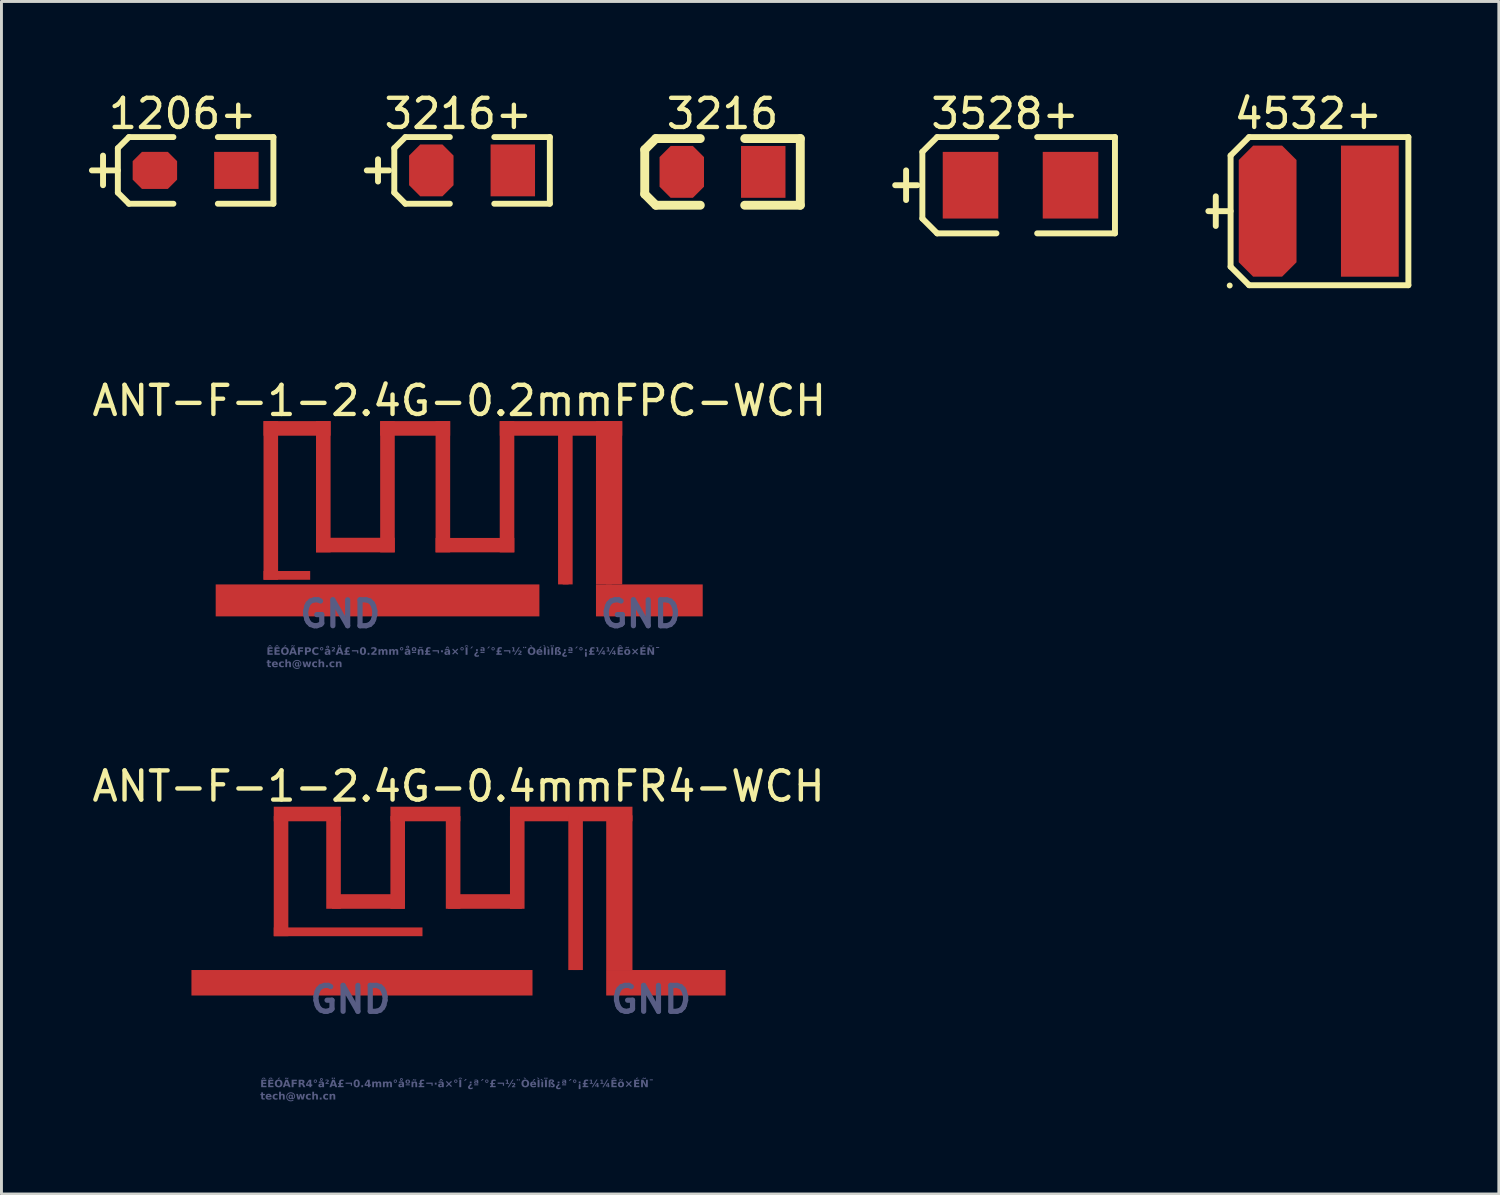
<source format=kicad_pcb>
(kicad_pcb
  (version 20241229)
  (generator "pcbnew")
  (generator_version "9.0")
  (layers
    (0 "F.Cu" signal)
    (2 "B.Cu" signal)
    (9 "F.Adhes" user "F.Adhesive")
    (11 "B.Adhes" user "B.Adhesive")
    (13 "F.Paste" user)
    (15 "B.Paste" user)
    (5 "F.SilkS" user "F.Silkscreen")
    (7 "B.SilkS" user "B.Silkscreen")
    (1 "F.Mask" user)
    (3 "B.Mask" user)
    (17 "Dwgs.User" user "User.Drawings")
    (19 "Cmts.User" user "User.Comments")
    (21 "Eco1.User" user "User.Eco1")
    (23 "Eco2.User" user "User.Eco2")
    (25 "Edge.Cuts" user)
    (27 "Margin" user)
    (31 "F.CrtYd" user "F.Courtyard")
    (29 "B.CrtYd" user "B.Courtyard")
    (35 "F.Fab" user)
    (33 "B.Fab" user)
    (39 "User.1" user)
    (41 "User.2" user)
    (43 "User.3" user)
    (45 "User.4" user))
  (footprint "ANT-F-1-2.4G-0.2mmFPC-WCH"
    (layer "F.Cu")
    (at 16.346 16.686)
    (property "Reference" "ANT-F-1-2.4G-0.2mmFPC-WCH" (at -3.65 -5.996 0) (layer "F.SilkS") (effects (font (size 1 1) (thickness 0.15))))
    (fp_text user "GND" (at 1.106 1.838 0) (unlocked yes) (layer "B.Fab") (effects (font (size 0.889 0.889) (thickness 0.178)) (justify left bottom)))
    (fp_text user "GND" (at -9.2 1.838 0) (unlocked yes) (layer "B.Fab") (effects (font (size 0.889 0.889) (thickness 0.178)) (justify left bottom)))
    (fp_text_box "ÊÊÓÃFPC°å²Ä£¬0.2mm°åºñ£¬·â×°Î´¿ª´°£¬½¨ÒéÌìÏß¿ª´°¡£¼¼Êõ×ÉÑ¯ tech@wch.cn" (start -10.335 2.388) (end 3.206 3.328) (margins 0.127 0.127 0.127 0.127) (layer "B.Fab") (effects (font (face "Arial") (size 0.252 0.252) (thickness 0.152) (bold yes)) (justify left top)) (border no) (stroke (width 0.1) (type default)))
    (pad "" smd rect (at -6.45 0.852) (size 11.1 1.096) (layers "F.Cu"))
    (pad "0" smd rect (at 1.483 0.204 90) (size 0.2 0.2) (layers "F.Cu" "F.Paste"))
    (pad "0" smd rect (at 1.49 -2.496) (size 0.9 5.6) (layers "F.Cu"))
    (pad "0" smd rect (at 2.87 0.852) (size 3.66 1.096) (layers "F.Cu"))
    (pad "1" smd rect (at -10.11 -2.576) (size 0.5 5.44) (layers "F.Cu"))
    (pad "1" smd rect (at -9.56 -0.006) (size 1.6 0.3) (layers "F.Cu"))
    (pad "1" smd rect (at -9.21 -5.046) (size 2.3 0.5) (layers "F.Cu"))
    (pad "1" smd rect (at -8.31 -3.046) (size 0.5 4.5) (layers "F.Cu"))
    (pad "1" smd rect (at -7.21 -1.046) (size 2.7 0.5) (layers "F.Cu"))
    (pad "1" smd rect (at -6.11 -3.046) (size 0.5 4.5) (layers "F.Cu"))
    (pad "1" smd rect (at -5.16 -5.046) (size 2.4 0.5) (layers "F.Cu"))
    (pad "1" smd rect (at -4.21 -3.046) (size 0.5 4.5) (layers "F.Cu"))
    (pad "1" smd rect (at -3.11 -1.043) (size 2.7 0.494) (layers "F.Cu"))
    (pad "1" smd rect (at -2.01 -3.046) (size 0.5 4.5) (layers "F.Cu"))
    (pad "1" smd rect (at -0.16 -5.046) (size 4.2 0.5) (layers "F.Cu"))
    (pad "1" smd rect (at -0.01 -2.362) (size 0.5 5.331) (layers "F.Cu"))
    (pad "1" smd rect (at 0 0.204 90) (size 0.2 0.2) (layers "F.Cu" "F.Paste")))
  (footprint "3528+"
    (layer "F.Cu")
    (at 30.229 3.301)
    (property "Reference" "3528+" (at 1.185 -2.453 0) (layer "F.SilkS") (effects (font (size 1 1) (thickness 0.15))))
    (fp_line (start -2.583 0) (end -1.821 0) (stroke (width 0.203) (type solid)) (layer "F.SilkS"))
    (fp_line (start -2.209 0.508) (end -2.209 -0.508) (stroke (width 0.203) (type solid)) (layer "F.SilkS"))
    (fp_line (start -1.651 -1.143) (end -1.143 -1.651) (stroke (width 0.203) (type solid)) (layer "F.SilkS"))
    (fp_line (start -1.651 1.143) (end -1.651 -1.143) (stroke (width 0.203) (type solid)) (layer "F.SilkS"))
    (fp_line (start -1.651 1.143) (end -1.143 1.651) (stroke (width 0.203) (type solid)) (layer "F.SilkS"))
    (fp_line (start -1.143 -1.651) (end 0.889 -1.651) (stroke (width 0.203) (type solid)) (layer "F.SilkS"))
    (fp_line (start -1.143 1.651) (end 0.889 1.651) (stroke (width 0.203) (type solid)) (layer "F.SilkS"))
    (fp_line (start 2.286 -1.651) (end 4.953 -1.651) (stroke (width 0.203) (type solid)) (layer "F.SilkS"))
    (fp_line (start 2.286 1.651) (end 4.953 1.651) (stroke (width 0.203) (type solid)) (layer "F.SilkS"))
    (fp_line (start 4.953 1.651) (end 4.953 -1.651) (stroke (width 0.203) (type solid)) (layer "F.SilkS"))
    (pad "1" smd rect (at 0 0 180) (size 1.905 2.286) (layers "F.Cu" "F.Mask" "F.Paste"))
    (pad "2" smd rect (at 3.429 0 180) (size 1.905 2.286) (layers "F.Cu" "F.Mask" "F.Paste")))
  (footprint "3216"
    (layer "F.Cu")
    (at 20.328 2.844)
    (property "Reference" "3216" (at 1.397 -1.995 0) (layer "F.SilkS") (effects (font (size 1 1) (thickness 0.15))))
    (fp_line (start -1.27 -0.762) (end -0.889 -1.143) (stroke (width 0.305) (type solid)) (layer "F.SilkS"))
    (fp_line (start -1.27 0.762) (end -1.27 -0.762) (stroke (width 0.305) (type solid)) (layer "F.SilkS"))
    (fp_line (start -1.27 0.762) (end -0.889 1.143) (stroke (width 0.305) (type solid)) (layer "F.SilkS"))
    (fp_line (start -0.889 -1.143) (end 0.635 -1.143) (stroke (width 0.305) (type solid)) (layer "F.SilkS"))
    (fp_line (start -0.889 1.143) (end 0.635 1.143) (stroke (width 0.305) (type solid)) (layer "F.SilkS"))
    (fp_line (start 2.159 -1.143) (end 4.064 -1.143) (stroke (width 0.305) (type solid)) (layer "F.SilkS"))
    (fp_line (start 2.159 1.143) (end 4.064 1.143) (stroke (width 0.305) (type solid)) (layer "F.SilkS"))
    (fp_line (start 4.064 1.143) (end 4.064 -1.143) (stroke (width 0.305) (type solid)) (layer "F.SilkS"))
    (pad "1" smd roundrect (at 0 0 180) (size 1.524 1.778) (layers "F.Cu" "F.Mask" "F.Paste") (roundrect_rratio 0.25) (chamfer_ratio 0.25) (chamfer top_left top_right bottom_left bottom_right))
    (pad "2" smd rect (at 2.794 0 180) (size 1.524 1.778) (layers "F.Cu" "F.Mask" "F.Paste")))
  (footprint "3216+"
    (layer "F.Cu")
    (at 11.74 2.793)
    (property "Reference" "3216+" (at 0.926 -1.945 0) (layer "F.SilkS") (effects (font (size 1 1) (thickness 0.15))))
    (fp_line (start -2.212 0) (end -1.45 0) (stroke (width 0.203) (type solid)) (layer "F.SilkS"))
    (fp_line (start -1.828 0.381) (end -1.828 -0.381) (stroke (width 0.203) (type solid)) (layer "F.SilkS"))
    (fp_line (start -1.27 -0.762) (end -0.889 -1.143) (stroke (width 0.203) (type solid)) (layer "F.SilkS"))
    (fp_line (start -1.27 0.762) (end -1.27 -0.762) (stroke (width 0.203) (type solid)) (layer "F.SilkS"))
    (fp_line (start -1.27 0.762) (end -0.889 1.143) (stroke (width 0.203) (type solid)) (layer "F.SilkS"))
    (fp_line (start -0.889 -1.143) (end 0.635 -1.143) (stroke (width 0.203) (type solid)) (layer "F.SilkS"))
    (fp_line (start -0.889 1.143) (end 0.635 1.143) (stroke (width 0.203) (type solid)) (layer "F.SilkS"))
    (fp_line (start 2.159 -1.143) (end 4.064 -1.143) (stroke (width 0.203) (type solid)) (layer "F.SilkS"))
    (fp_line (start 2.159 1.143) (end 4.064 1.143) (stroke (width 0.203) (type solid)) (layer "F.SilkS"))
    (fp_line (start 4.064 1.143) (end 4.064 -1.143) (stroke (width 0.203) (type solid)) (layer "F.SilkS"))
    (pad "1" smd roundrect (at 0 0 180) (size 1.524 1.778) (layers "F.Cu" "F.Mask" "F.Paste") (roundrect_rratio 0.25) (chamfer_ratio 0.25) (chamfer top_left top_right bottom_left bottom_right))
    (pad "2" smd rect (at 2.794 0 180) (size 1.524 1.778) (layers "F.Cu" "F.Mask" "F.Paste")))
  (footprint "4532+"
    (layer "F.Cu")
    (at 40.417 4.19)
    (property "Reference" "4532+" (at 1.397 -3.342 0) (layer "F.SilkS") (effects (font (size 1 1) (thickness 0.15))))
    (fp_line (start -2.032 0) (end -1.27 0) (stroke (width 0.203) (type solid)) (layer "F.SilkS"))
    (fp_line (start -1.778 0.508) (end -1.778 -0.508) (stroke (width 0.203) (type solid)) (layer "F.SilkS"))
    (fp_line (start -1.3 2.55) (end -1.3 2.55) (stroke (width 0.203) (type solid)) (layer "F.SilkS"))
    (fp_line (start -1.27 -1.905) (end -0.635 -2.54) (stroke (width 0.203) (type solid)) (layer "F.SilkS"))
    (fp_line (start -1.27 1.905) (end -1.27 -1.905) (stroke (width 0.203) (type solid)) (layer "F.SilkS"))
    (fp_line (start -1.27 1.905) (end -0.635 2.54) (stroke (width 0.203) (type solid)) (layer "F.SilkS"))
    (fp_line (start -0.635 -2.54) (end 4.826 -2.54) (stroke (width 0.203) (type solid)) (layer "F.SilkS"))
    (fp_line (start -0.635 2.54) (end 4.826 2.54) (stroke (width 0.203) (type solid)) (layer "F.SilkS"))
    (fp_line (start 4.826 2.54) (end 4.826 -2.54) (stroke (width 0.203) (type solid)) (layer "F.SilkS"))
    (pad "1" smd roundrect (at 0 0 180) (size 1.981 4.496) (layers "F.Cu" "F.Mask" "F.Paste") (roundrect_rratio 0.25) (chamfer_ratio 0.25) (chamfer top_left top_right bottom_left bottom_right))
    (pad "2" smd rect (at 3.505 0 180) (size 1.981 4.496) (layers "F.Cu" "F.Mask" "F.Paste")))
  (footprint "ANT-F-1-2.4G-0.4mmFR4-WCH"
    (layer "F.Cu")
    (at 16.697 30.112)
    (property "Reference" "ANT-F-1-2.4G-0.4mmFR4-WCH" (at -4.024 -6.2 0) (layer "F.SilkS") (effects (font (size 1 1) (thickness 0.15))))
    (fp_text user "GND" (at -9.2 1.634 0) (unlocked yes) (layer "B.Fab") (effects (font (size 0.889 0.889) (thickness 0.178)) (justify left bottom)))
    (fp_text user "GND" (at 1.106 1.634 0) (unlocked yes) (layer "B.Fab") (effects (font (size 0.889 0.889) (thickness 0.178)) (justify left bottom)))
    (fp_text_box "ÊÊÓÃFR4°å²Ä£¬0.4mm°åºñ£¬·â×°Î´¿ª´°£¬½¨ÒéÌìÏß¿ª´°¡£¼¼Êõ×ÉÑ¯ tech@wch.cn" (start -10.901 3.789) (end 2.64 4.729) (margins 0.127 0.127 0.127 0.127) (layer "B.Fab") (effects (font (face "Arial") (size 0.252 0.252) (thickness 0.152) (bold yes)) (justify left top)) (border no) (stroke (width 0.1) (type default)))
    (pad "" smd rect (at -7.335 0.537) (size 11.695 0.874) (layers "F.Cu"))
    (pad "0" smd rect (at -10.11 -3.12) (size 0.5 4.12) (layers "F.Cu"))
    (pad "0" smd rect (at -9.21 -5.25) (size 2.3 0.5) (layers "F.Cu"))
    (pad "0" smd rect (at -8.31 -3.59) (size 0.5 3.18) (layers "F.Cu"))
    (pad "0" smd rect (at -7.81 -1.21) (size 5.1 0.3) (layers "F.Cu"))
    (pad "0" smd rect (at -7.119 -2.25) (size 2.489 0.5) (layers "F.Cu"))
    (pad "0" smd rect (at -6.11 -3.59) (size 0.5 3.18) (layers "F.Cu"))
    (pad "0" smd rect (at -5.16 -5.25) (size 2.4 0.5) (layers "F.Cu"))
    (pad "0" smd rect (at -4.21 -3.59) (size 0.5 3.18) (layers "F.Cu"))
    (pad "0" smd rect (at -3.12 -2.25) (size 2.54 0.5) (layers "F.Cu"))
    (pad "0" smd rect (at -2.01 -3.59) (size 0.5 3.18) (layers "F.Cu"))
    (pad "0" smd rect (at -0.16 -5.25) (size 4.2 0.5) (layers "F.Cu"))
    (pad "0" smd rect (at 1.483 0 90) (size 0.2 0.2) (layers "F.Cu" "F.Paste"))
    (pad "0" smd rect (at 1.49 -2.553) (size 0.9 5.305) (layers "F.Cu"))
    (pad "0" smd rect (at 3.087 0.537) (size 4.095 0.874) (layers "F.Cu"))
    (pad "1" smd rect (at -0.01 -2.565) (size 0.5 5.331) (layers "F.Cu"))
    (pad "1" smd rect (at 0 0 90) (size 0.2 0.2) (layers "F.Cu" "F.Paste")))
  (footprint "1206+"
    (layer "F.Cu")
    (at 2.261 2.793)
    (property "Reference" "1206+" (at 0.953 -1.945 0) (layer "F.SilkS") (effects (font (size 1 1) (thickness 0.15))))
    (fp_line (start -2.159 0) (end -1.27 0) (stroke (width 0.203) (type solid)) (layer "F.SilkS"))
    (fp_line (start -1.778 0.508) (end -1.778 -0.508) (stroke (width 0.203) (type solid)) (layer "F.SilkS"))
    (fp_line (start -1.27 -0.762) (end -0.889 -1.143) (stroke (width 0.203) (type solid)) (layer "F.SilkS"))
    (fp_line (start -1.27 0.762) (end -1.27 -0.762) (stroke (width 0.203) (type solid)) (layer "F.SilkS"))
    (fp_line (start -1.27 0.762) (end -0.889 1.143) (stroke (width 0.203) (type solid)) (layer "F.SilkS"))
    (fp_line (start -0.889 -1.143) (end 0.635 -1.143) (stroke (width 0.203) (type solid)) (layer "F.SilkS"))
    (fp_line (start -0.889 1.143) (end 0.635 1.143) (stroke (width 0.203) (type solid)) (layer "F.SilkS"))
    (fp_line (start 2.159 -1.143) (end 4.064 -1.143) (stroke (width 0.203) (type solid)) (layer "F.SilkS"))
    (fp_line (start 2.159 1.143) (end 4.064 1.143) (stroke (width 0.203) (type solid)) (layer "F.SilkS"))
    (fp_line (start 4.064 1.143) (end 4.064 -1.143) (stroke (width 0.203) (type solid)) (layer "F.SilkS"))
    (pad "1" smd roundrect (at 0 0 180) (size 1.524 1.27) (layers "F.Cu" "F.Mask" "F.Paste") (roundrect_rratio 0.25) (chamfer_ratio 0.25) (chamfer top_left top_right bottom_left bottom_right))
    (pad "2" smd rect (at 2.794 0 180) (size 1.524 1.27) (layers "F.Cu" "F.Mask" "F.Paste")))
  (gr_rect
    (start -3 -3)
    (end 48.345 37.891)
    (stroke (width 0.1) (type default))
    (fill no)
    (layer "Edge.Cuts")))
</source>
